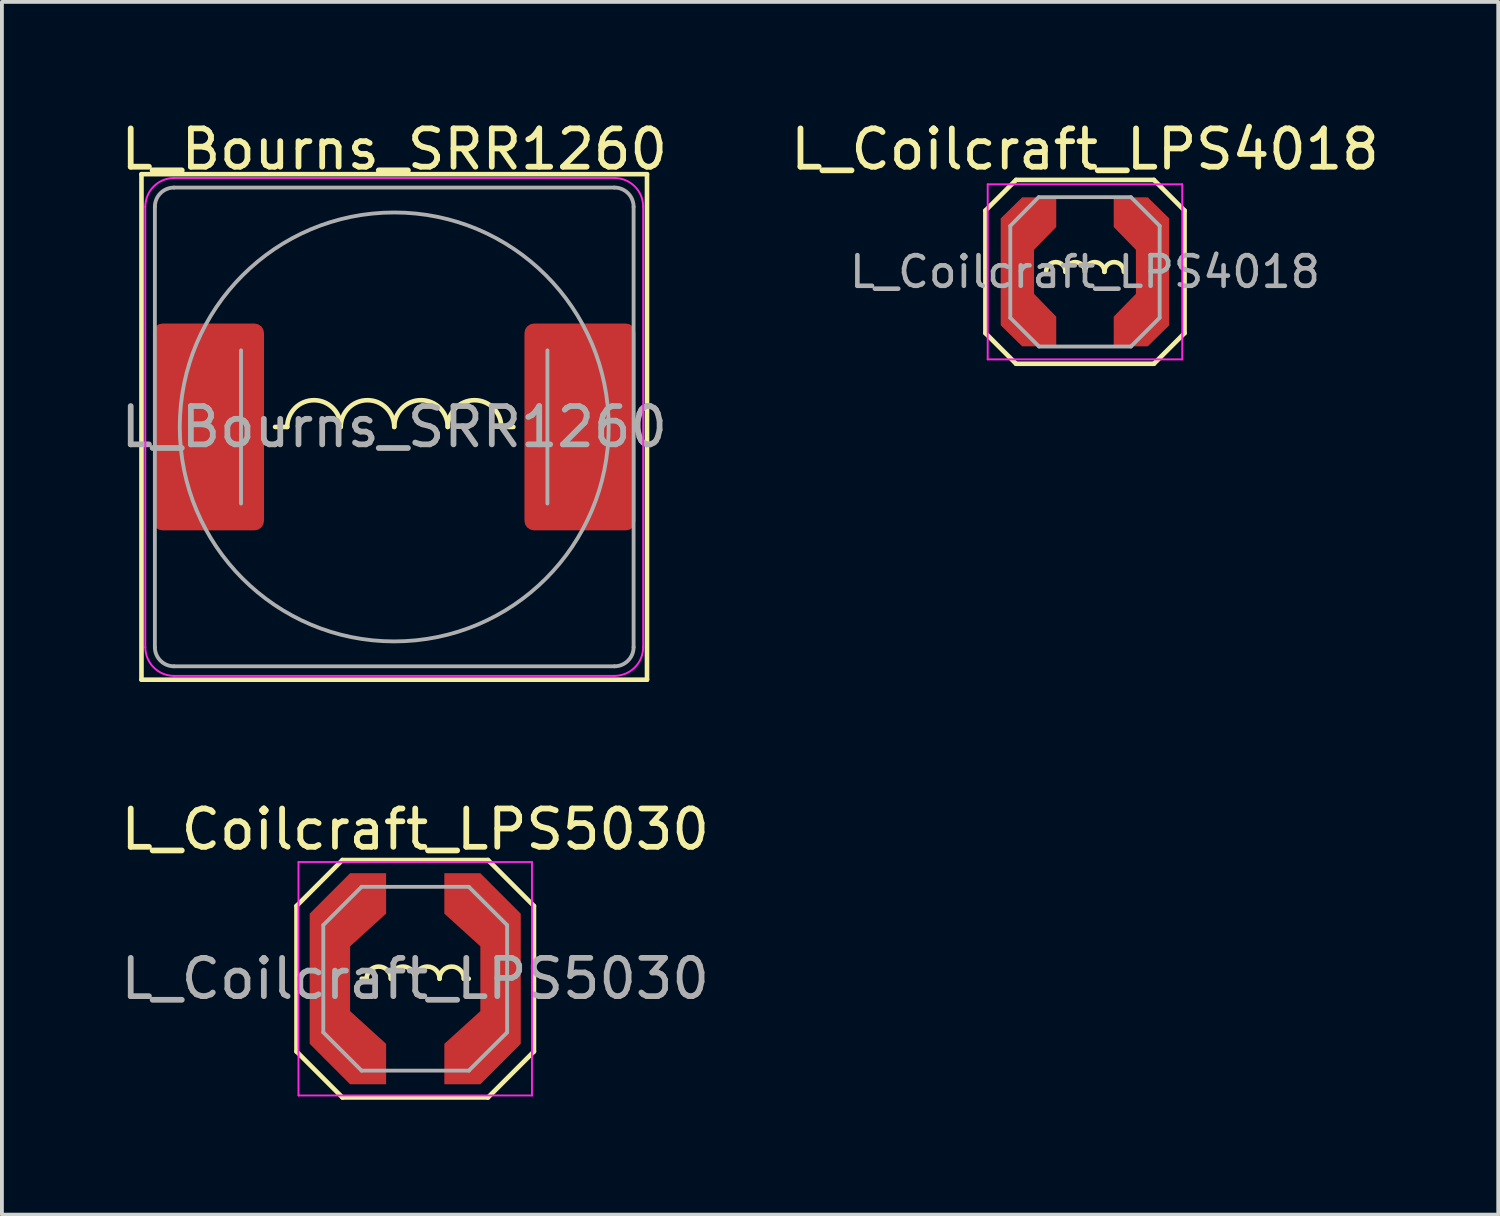
<source format=kicad_pcb>
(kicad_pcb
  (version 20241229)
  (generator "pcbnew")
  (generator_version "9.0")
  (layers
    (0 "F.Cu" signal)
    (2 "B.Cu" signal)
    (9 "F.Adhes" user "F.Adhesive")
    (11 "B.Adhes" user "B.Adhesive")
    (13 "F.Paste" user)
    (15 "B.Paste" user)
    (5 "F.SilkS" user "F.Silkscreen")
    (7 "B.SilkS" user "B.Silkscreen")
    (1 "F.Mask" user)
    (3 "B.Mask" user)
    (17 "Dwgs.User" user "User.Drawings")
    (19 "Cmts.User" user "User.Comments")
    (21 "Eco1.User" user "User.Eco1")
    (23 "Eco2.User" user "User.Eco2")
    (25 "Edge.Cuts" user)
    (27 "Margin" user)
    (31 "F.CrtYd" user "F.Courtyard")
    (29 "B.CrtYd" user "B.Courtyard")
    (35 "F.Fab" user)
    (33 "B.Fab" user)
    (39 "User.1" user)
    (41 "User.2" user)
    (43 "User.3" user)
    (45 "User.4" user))
  (footprint "L_Coilcraft_LPS5030"
    (layer "F.Cu")
    (at 7.792 22.506)
    (property "Reference" "L_Coilcraft_LPS5030" (at 0 -3.9 0) (layer "F.SilkS") (effects (font (size 1 1) (thickness 0.15))))
    (attr smd)
    (fp_line (start -3.1 -1.9) (end -1.9 -3.1) (stroke (width 0.12) (type solid)) (layer "F.SilkS"))
    (fp_line (start -3.1 1.9) (end -3.1 -1.9) (stroke (width 0.12) (type solid)) (layer "F.SilkS"))
    (fp_line (start -1.9 -3.1) (end 1.9 -3.1) (stroke (width 0.12) (type solid)) (layer "F.SilkS"))
    (fp_line (start -1.9 3.1) (end -3.1 1.9) (stroke (width 0.12) (type solid)) (layer "F.SilkS"))
    (fp_line (start -1.27 0) (end -1.397 0) (stroke (width 0.12) (type solid)) (layer "F.SilkS"))
    (fp_line (start 1.27 0) (end 1.397 0) (stroke (width 0.12) (type solid)) (layer "F.SilkS"))
    (fp_line (start 1.9 -3.1) (end 3.1 -1.9) (stroke (width 0.12) (type solid)) (layer "F.SilkS"))
    (fp_line (start 1.9 3.1) (end -1.9 3.1) (stroke (width 0.12) (type solid)) (layer "F.SilkS"))
    (fp_line (start 3.1 -1.9) (end 3.1 1.9) (stroke (width 0.12) (type solid)) (layer "F.SilkS"))
    (fp_line (start 3.1 1.9) (end 1.9 3.1) (stroke (width 0.12) (type solid)) (layer "F.SilkS"))
    (fp_arc (start -1.27 0) (mid -0.9525 -0.3175) (end -0.635 0) (stroke (width 0.12) (type solid)) (layer "F.SilkS"))
    (fp_arc (start -0.635 0) (mid -0.3175 -0.3175) (end 0 0) (stroke (width 0.12) (type solid)) (layer "F.SilkS"))
    (fp_arc (start 0 0) (mid 0.3175 -0.3175) (end 0.635 0) (stroke (width 0.12) (type solid)) (layer "F.SilkS"))
    (fp_arc (start 0.635 0) (mid 0.9525 -0.3175) (end 1.27 0) (stroke (width 0.12) (type solid)) (layer "F.SilkS"))
    (fp_line (start -3.048 -3.048) (end 3.048 -3.048) (stroke (width 0.05) (type solid)) (layer "F.CrtYd"))
    (fp_line (start -3.048 3.048) (end -3.048 -3.048) (stroke (width 0.05) (type solid)) (layer "F.CrtYd"))
    (fp_line (start 3.048 -3.048) (end 3.048 3.048) (stroke (width 0.05) (type solid)) (layer "F.CrtYd"))
    (fp_line (start 3.048 3.048) (end -3.048 3.048) (stroke (width 0.05) (type solid)) (layer "F.CrtYd"))
    (fp_line (start -2.4 -1.4) (end -1.4 -2.4) (stroke (width 0.1) (type solid)) (layer "F.Fab"))
    (fp_line (start -2.4 1.4) (end -2.4 -1.4) (stroke (width 0.1) (type solid)) (layer "F.Fab"))
    (fp_line (start -2.4 1.4) (end -1.4 2.4) (stroke (width 0.1) (type solid)) (layer "F.Fab"))
    (fp_line (start -1.4 -2.4) (end 1.4 -2.4) (stroke (width 0.1) (type solid)) (layer "F.Fab"))
    (fp_line (start 1.4 -2.4) (end 2.4 -1.4) (stroke (width 0.1) (type solid)) (layer "F.Fab"))
    (fp_line (start 1.4 2.4) (end -1.4 2.4) (stroke (width 0.1) (type solid)) (layer "F.Fab"))
    (fp_line (start 2.4 -1.4) (end 2.4 1.4) (stroke (width 0.1) (type solid)) (layer "F.Fab"))
    (fp_line (start 2.4 1.4) (end 1.4 2.4) (stroke (width 0.1) (type solid)) (layer "F.Fab"))
    (fp_text user "${REFERENCE}" (at 0 0 0) (layer "F.Fab") (effects (font (size 1 1) (thickness 0.15))))
    (pad "1" smd custom (at -2.228 0) (size 1.055 3.4) (layers "F.Cu" "F.Mask" "F.Paste") (options (anchor rect)) (primitives (gr_poly (pts (xy 1.468 -1.7) (xy 0.527 -0.845) (xy 0.527 0.845) (xy 1.468 1.7) (xy 1.468 2.755) (xy 0.527 2.755) (xy -0.527 1.7) (xy -0.527 -1.7) (xy 0.527 -2.755) (xy 1.468 -2.755)) (width 0) (fill yes))))
    (pad "2" smd custom (at 2.228 0) (size 1.055 3.4) (layers "F.Cu" "F.Mask" "F.Paste") (options (anchor rect)) (primitives (gr_poly (pts (xy 0.527 -1.7) (xy 0.527 1.7) (xy -0.527 2.755) (xy -1.468 2.755) (xy -1.468 1.7) (xy -0.527 0.845) (xy -0.527 -0.845) (xy -1.468 -1.7) (xy -1.468 -2.755) (xy -0.527 -2.755)) (width 0) (fill yes)))))
  (footprint "L_Bourns_SRR1260"
    (layer "F.Cu")
    (at 7.244 8.098)
    (property "Reference" "L_Bourns_SRR1260" (at 0 -7.25 0) (layer "F.SilkS") (effects (font (size 1 1) (thickness 0.15))))
    (attr smd)
    (fp_line (start -6.6 -6.6) (end -6.6 6.6) (stroke (width 0.12) (type solid)) (layer "F.SilkS"))
    (fp_line (start -6.6 6.6) (end 6.6 6.6) (stroke (width 0.12) (type solid)) (layer "F.SilkS"))
    (fp_line (start -3.111 0) (end -2.794 0) (stroke (width 0.12) (type solid)) (layer "F.SilkS"))
    (fp_line (start 2.794 0) (end 3.111 0) (stroke (width 0.12) (type solid)) (layer "F.SilkS"))
    (fp_line (start 6.6 -6.6) (end -6.6 -6.6) (stroke (width 0.12) (type solid)) (layer "F.SilkS"))
    (fp_line (start 6.6 6.6) (end 6.6 -6.6) (stroke (width 0.12) (type solid)) (layer "F.SilkS"))
    (fp_arc (start -2.794 0) (mid -2.0955 -0.6985) (end -1.397 0) (stroke (width 0.12) (type solid)) (layer "F.SilkS"))
    (fp_arc (start -1.397 0) (mid -0.6985 -0.6985) (end 0 0) (stroke (width 0.12) (type solid)) (layer "F.SilkS"))
    (fp_arc (start 0 0) (mid 0.6985 -0.6985) (end 1.397 0) (stroke (width 0.12) (type solid)) (layer "F.SilkS"))
    (fp_arc (start 1.397 0) (mid 2.0955 -0.6985) (end 2.794 0) (stroke (width 0.12) (type solid)) (layer "F.SilkS"))
    (fp_line (start -6.5 5.75) (end -6.5 -5.75) (stroke (width 0.05) (type solid)) (layer "F.CrtYd"))
    (fp_line (start -5.75 -6.5) (end 5.75 -6.5) (stroke (width 0.05) (type solid)) (layer "F.CrtYd"))
    (fp_line (start 5.75 6.5) (end -5.75 6.5) (stroke (width 0.05) (type solid)) (layer "F.CrtYd"))
    (fp_line (start 6.5 -5.75) (end 6.5 5.75) (stroke (width 0.05) (type solid)) (layer "F.CrtYd"))
    (fp_arc (start -6.5 -5.75) (mid -6.28033 -6.28033) (end -5.75 -6.5) (stroke (width 0.05) (type solid)) (layer "F.CrtYd"))
    (fp_arc (start -5.75 6.5) (mid -6.28033 6.28033) (end -6.5 5.75) (stroke (width 0.05) (type solid)) (layer "F.CrtYd"))
    (fp_arc (start 5.75 -6.5) (mid 6.28033 -6.28033) (end 6.5 -5.75) (stroke (width 0.05) (type solid)) (layer "F.CrtYd"))
    (fp_arc (start 6.5 5.75) (mid 6.28033 6.28033) (end 5.75 6.5) (stroke (width 0.05) (type solid)) (layer "F.CrtYd"))
    (fp_line (start -6.25 -5.75) (end -6.25 5.75) (stroke (width 0.1) (type solid)) (layer "F.Fab"))
    (fp_line (start -5.75 -6.25) (end 5.75 -6.25) (stroke (width 0.1) (type solid)) (layer "F.Fab"))
    (fp_line (start -4 2) (end -4 -2) (stroke (width 0.1) (type solid)) (layer "F.Fab"))
    (fp_line (start 4 -2) (end 4 2) (stroke (width 0.1) (type solid)) (layer "F.Fab"))
    (fp_line (start 5.75 6.25) (end -5.75 6.25) (stroke (width 0.1) (type solid)) (layer "F.Fab"))
    (fp_line (start 6.25 -5.75) (end 6.25 5.75) (stroke (width 0.1) (type solid)) (layer "F.Fab"))
    (fp_arc (start -6.25 -5.75) (mid -6.103553 -6.103553) (end -5.75 -6.25) (stroke (width 0.1) (type solid)) (layer "F.Fab"))
    (fp_arc (start -5.75 6.25) (mid -6.103553 6.103553) (end -6.25 5.75) (stroke (width 0.1) (type solid)) (layer "F.Fab"))
    (fp_arc (start 5.75 -6.25) (mid 6.103553 -6.103553) (end 6.25 -5.75) (stroke (width 0.1) (type solid)) (layer "F.Fab"))
    (fp_arc (start 6.25 5.75) (mid 6.103553 6.103553) (end 5.75 6.25) (stroke (width 0.1) (type solid)) (layer "F.Fab"))
    (fp_circle (center 0 0) (end 0 -5.6) (stroke (width 0.1) (type solid)) (fill no) (layer "F.Fab"))
    (fp_text user "${REFERENCE}" (at 0 0 0) (layer "F.Fab") (effects (font (size 1 1) (thickness 0.15))))
    (pad "1" smd roundrect (at -4.85 0) (size 2.9 5.4) (layers "F.Cu" "F.Mask" "F.Paste") (roundrect_rratio 0.086))
    (pad "2" smd roundrect (at 4.85 0) (size 2.9 5.4) (layers "F.Cu" "F.Mask" "F.Paste") (roundrect_rratio 0.086)))
  (footprint "L_Coilcraft_LPS4018"
    (layer "F.Cu")
    (at 25.28 4.048)
    (property "Reference" "L_Coilcraft_LPS4018" (at 0 -3.2 0) (layer "F.SilkS") (effects (font (size 1 1) (thickness 0.15))))
    (attr smd)
    (fp_line (start -2.6 -1.6) (end -1.8 -2.4) (stroke (width 0.12) (type solid)) (layer "F.SilkS"))
    (fp_line (start -2.6 1.6) (end -2.6 -1.6) (stroke (width 0.12) (type solid)) (layer "F.SilkS"))
    (fp_line (start -1.8 -2.4) (end 1.8 -2.4) (stroke (width 0.12) (type solid)) (layer "F.SilkS"))
    (fp_line (start -1.8 2.4) (end -2.6 1.6) (stroke (width 0.12) (type solid)) (layer "F.SilkS"))
    (fp_line (start 1.8 2.4) (end -1.8 2.4) (stroke (width 0.12) (type solid)) (layer "F.SilkS"))
    (fp_line (start 2.6 -1.6) (end 1.8 -2.4) (stroke (width 0.12) (type solid)) (layer "F.SilkS"))
    (fp_line (start 2.6 -1.6) (end 2.6 1.6) (stroke (width 0.12) (type solid)) (layer "F.SilkS"))
    (fp_line (start 2.6 1.6) (end 1.8 2.4) (stroke (width 0.12) (type solid)) (layer "F.SilkS"))
    (fp_arc (start -1.016 0) (mid -0.762 -0.254) (end -0.508 0) (stroke (width 0.12) (type solid)) (layer "F.SilkS"))
    (fp_arc (start -0.508 0) (mid -0.254 -0.254) (end 0 0) (stroke (width 0.12) (type solid)) (layer "F.SilkS"))
    (fp_arc (start 0 0) (mid 0.254 -0.254) (end 0.508 0) (stroke (width 0.12) (type solid)) (layer "F.SilkS"))
    (fp_arc (start 0.508 0) (mid 0.762 -0.254) (end 1.016 0) (stroke (width 0.12) (type solid)) (layer "F.SilkS"))
    (fp_line (start -2.54 -2.286) (end -2.54 2.286) (stroke (width 0.05) (type solid)) (layer "F.CrtYd"))
    (fp_line (start -2.54 -2.286) (end 2.54 -2.286) (stroke (width 0.05) (type solid)) (layer "F.CrtYd"))
    (fp_line (start -2.54 2.286) (end 2.54 2.286) (stroke (width 0.05) (type solid)) (layer "F.CrtYd"))
    (fp_line (start 2.54 -2.286) (end 2.54 2.286) (stroke (width 0.05) (type solid)) (layer "F.CrtYd"))
    (fp_line (start -1.95 -1.2) (end -1.21 -1.95) (stroke (width 0.1) (type solid)) (layer "F.Fab"))
    (fp_line (start -1.95 1.2) (end -1.95 -1.2) (stroke (width 0.1) (type solid)) (layer "F.Fab"))
    (fp_line (start -1.95 1.2) (end -1.2 1.95) (stroke (width 0.1) (type solid)) (layer "F.Fab"))
    (fp_line (start -1.2 -1.95) (end 1.2 -1.95) (stroke (width 0.1) (type solid)) (layer "F.Fab"))
    (fp_line (start 1.2 -1.95) (end 1.95 -1.2) (stroke (width 0.1) (type solid)) (layer "F.Fab"))
    (fp_line (start 1.2 1.95) (end -1.2 1.95) (stroke (width 0.1) (type solid)) (layer "F.Fab"))
    (fp_line (start 1.2 1.95) (end 1.95 1.2) (stroke (width 0.1) (type solid)) (layer "F.Fab"))
    (fp_line (start 1.95 -1.2) (end 1.95 1.2) (stroke (width 0.1) (type solid)) (layer "F.Fab"))
    (fp_text user "${REFERENCE}" (at 0 0 0) (layer "F.Fab") (effects (font (size 0.8 0.8) (thickness 0.12))))
    (pad "1" smd custom (at -1.765 0) (size 0.87 2.79) (layers "F.Cu" "F.Mask" "F.Paste") (options (anchor rect)) (primitives (gr_poly (pts (xy 1.015 -1.17) (xy 0.435 -0.575) (xy 0.435 0.575) (xy 1.015 1.17) (xy 1.015 1.945) (xy 0.125 1.945) (xy -0.435 1.395) (xy -0.435 -1.395) (xy 0.125 -1.945) (xy 1.015 -1.945)) (width 0) (fill yes))))
    (pad "2" smd custom (at 1.765 0) (size 0.87 2.79) (layers "F.Cu" "F.Mask" "F.Paste") (options (anchor rect)) (primitives (gr_poly (pts (xy 0.435 -1.395) (xy 0.435 1.395) (xy -0.125 1.945) (xy -1.015 1.945) (xy -1.015 1.17) (xy -0.435 0.575) (xy -0.435 -0.575) (xy -1.015 -1.17) (xy -1.015 -1.945) (xy -0.125 -1.945)) (width 0) (fill yes)))))
  (gr_rect
    (start -3 -3)
    (end 36.071 28.666)
    (stroke (width 0.1) (type default))
    (fill no)
    (layer "Edge.Cuts")))
</source>
